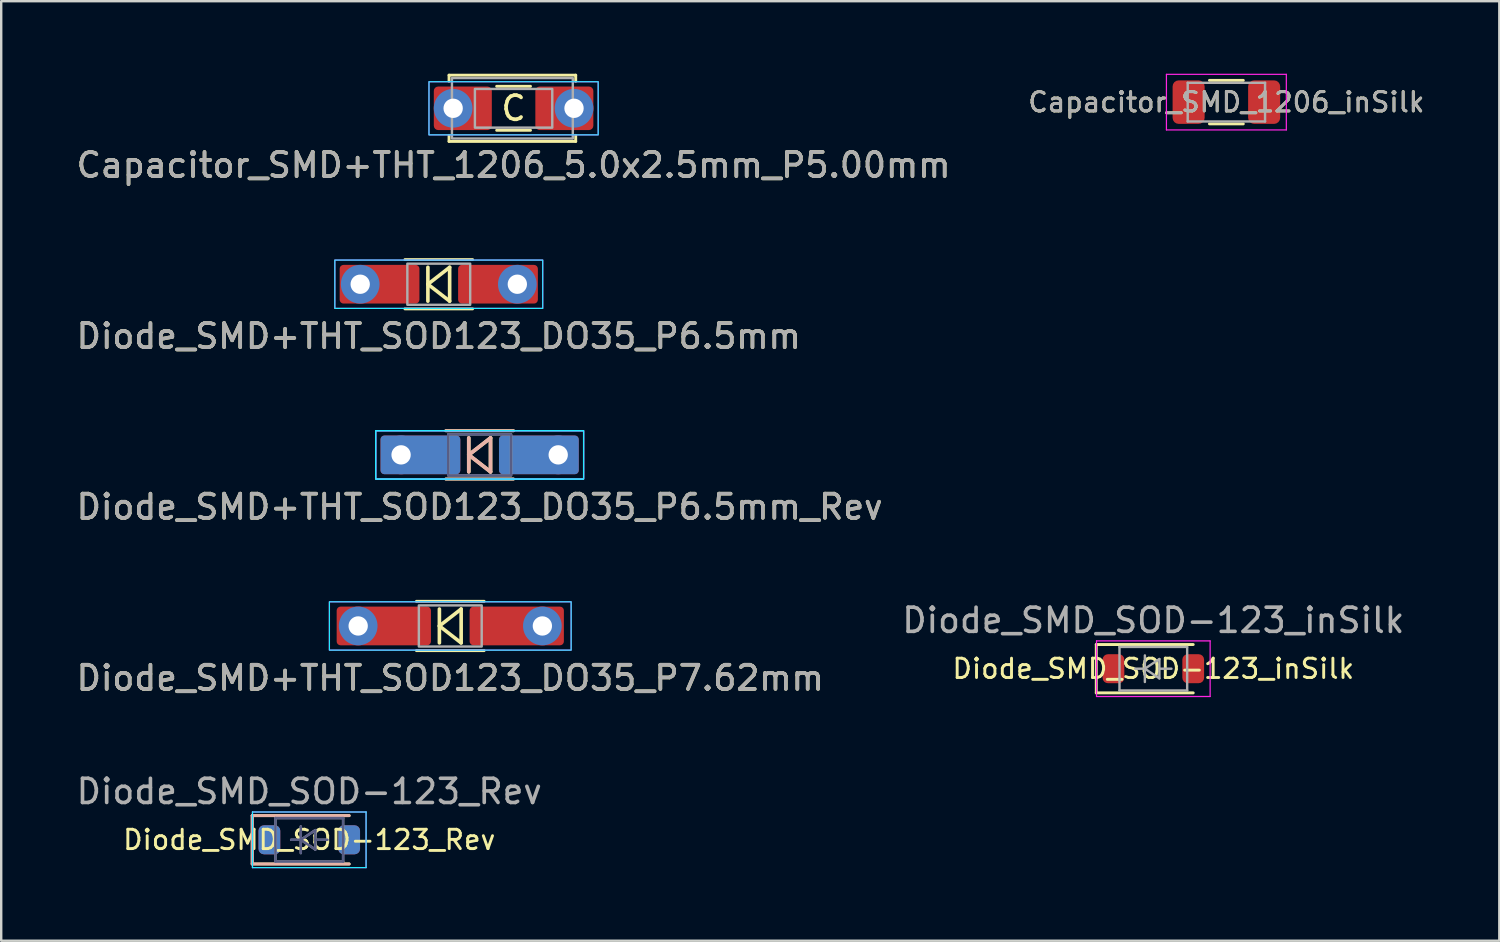
<source format=kicad_pcb>
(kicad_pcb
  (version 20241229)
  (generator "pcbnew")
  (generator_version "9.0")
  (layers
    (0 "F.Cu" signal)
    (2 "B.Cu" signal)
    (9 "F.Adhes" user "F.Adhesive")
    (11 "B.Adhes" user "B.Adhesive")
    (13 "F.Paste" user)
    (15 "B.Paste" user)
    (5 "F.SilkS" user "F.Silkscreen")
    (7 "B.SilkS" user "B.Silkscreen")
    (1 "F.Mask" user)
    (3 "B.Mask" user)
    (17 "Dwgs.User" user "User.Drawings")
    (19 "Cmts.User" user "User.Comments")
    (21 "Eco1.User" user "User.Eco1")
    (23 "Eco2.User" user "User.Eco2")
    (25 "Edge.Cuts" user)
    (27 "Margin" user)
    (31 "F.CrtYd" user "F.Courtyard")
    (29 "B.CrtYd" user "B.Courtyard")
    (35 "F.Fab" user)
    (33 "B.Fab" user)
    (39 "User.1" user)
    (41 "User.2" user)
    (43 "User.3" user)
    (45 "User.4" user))
  (footprint "Diode_SMD+THT_SOD123_DO35_P6.5mm"
    (layer "F.Cu")
    (at 15.101 8.708)
    (property "Reference" "Diode_SMD+THT_SOD123_DO35_P6.5mm" (at 0 2.15 0) (layer "F.SilkS") (effects (font (size 1 1) (thickness 0.15))))
    (attr smd)
    (fp_line (start -1.4 -1.02) (end 1.4 -1.02) (stroke (width 0.12) (type solid)) (layer "F.SilkS"))
    (fp_line (start -1.4 1.02) (end 1.4 1.02) (stroke (width 0.12) (type solid)) (layer "F.SilkS"))
    (fp_line (start -0.45 0) (end 0.45 0.7) (stroke (width 0.15) (type solid)) (layer "F.SilkS"))
    (fp_line (start -0.45 0.7) (end -0.45 -0.7) (stroke (width 0.15) (type solid)) (layer "F.SilkS"))
    (fp_line (start 0.45 -0.7) (end -0.45 0) (stroke (width 0.15) (type solid)) (layer "F.SilkS"))
    (fp_line (start 0.45 0.7) (end 0.45 -0.7) (stroke (width 0.15) (type solid)) (layer "F.SilkS"))
    (fp_rect (start -4.3 -1) (end 4.3 1) (stroke (width 0.05) (type default)) (fill no) (layer "B.CrtYd"))
    (fp_rect (start -4.3 -1) (end 4.3 1) (stroke (width 0.05) (type default)) (fill no) (layer "F.CrtYd"))
    (fp_rect (start -1.3 -0.85) (end 1.3 0.85) (stroke (width 0.1) (type default)) (fill no) (layer "F.Fab"))
    (fp_text user "${REFERENCE}" (at 0 2.15 0) (unlocked yes) (layer "F.Fab") (effects (font (size 1 1) (thickness 0.15))))
    (pad "1" thru_hole circle (at -3.25 0 180) (size 1.6 1.6) (drill 0.8) (layers "*.Cu" "*.Mask"))
    (pad "1" smd roundrect (at -3.25 0 180) (size 3.3 1.6) (drill (offset -0.8 0)) (layers "F.Cu" "F.Mask" "F.Paste") (roundrect_rratio 0.1))
    (pad "2" thru_hole circle (at 3.25 0 180) (size 1.6 1.6) (drill 0.8) (layers "*.Cu" "*.Mask"))
    (pad "2" smd roundrect (at 3.25 0) (size 3.3 1.6) (drill (offset -0.8 0)) (layers "F.Cu" "F.Mask" "F.Paste") (roundrect_rratio 0.1)))
  (footprint "Diode_SMD+THT_SOD123_DO35_P7.62mm"
    (layer "F.Cu")
    (at 15.577 22.845)
    (property "Reference" "Diode_SMD+THT_SOD123_DO35_P7.62mm" (at 0 2.15 0) (layer "F.SilkS") (effects (font (size 1 1) (thickness 0.15))))
    (attr smd)
    (fp_line (start -1.4 -1.02) (end 1.4 -1.02) (stroke (width 0.12) (type solid)) (layer "F.SilkS"))
    (fp_line (start -1.4 1.02) (end 1.4 1.02) (stroke (width 0.12) (type solid)) (layer "F.SilkS"))
    (fp_line (start -0.45 0) (end 0.45 0.7) (stroke (width 0.15) (type solid)) (layer "F.SilkS"))
    (fp_line (start -0.45 0.7) (end -0.45 -0.7) (stroke (width 0.15) (type solid)) (layer "F.SilkS"))
    (fp_line (start 0.45 -0.7) (end -0.45 0) (stroke (width 0.15) (type solid)) (layer "F.SilkS"))
    (fp_line (start 0.45 0.7) (end 0.45 -0.7) (stroke (width 0.15) (type solid)) (layer "F.SilkS"))
    (fp_rect (start -5 -1) (end 5 1) (stroke (width 0.05) (type default)) (fill no) (layer "B.CrtYd"))
    (fp_rect (start -5 -1) (end 5 1) (stroke (width 0.05) (type default)) (fill no) (layer "F.CrtYd"))
    (fp_rect (start -1.3 -0.85) (end 1.3 0.85) (stroke (width 0.1) (type default)) (fill no) (layer "F.Fab"))
    (fp_text user "${REFERENCE}" (at 0 2.15 0) (unlocked yes) (layer "F.Fab") (effects (font (size 1 1) (thickness 0.15))))
    (pad "1" thru_hole circle (at -3.81 0 180) (size 1.6 1.6) (drill 0.8) (layers "*.Cu" "*.Mask"))
    (pad "1" smd roundrect (at -3.81 0 180) (size 3.9 1.6) (drill (offset -1.06 0)) (layers "F.Cu" "F.Mask" "F.Paste") (roundrect_rratio 0.1))
    (pad "2" thru_hole circle (at 3.81 0 180) (size 1.6 1.6) (drill 0.8) (layers "*.Cu" "*.Mask"))
    (pad "2" smd roundrect (at 3.81 0) (size 3.9 1.6) (drill (offset -1.06 0)) (layers "F.Cu" "F.Mask" "F.Paste") (roundrect_rratio 0.1)))
  (footprint "Capacitor_SMD_1206_inSilk"
    (layer "F.Cu")
    (at 47.683 1.175)
    (property "Reference" "Capacitor_SMD_1206_inSilk" (at 0 0 0) (layer "F.SilkS") (effects (font (size 0.8 0.8) (thickness 0.12))))
    (attr smd)
    (fp_line (start -0.7 -0.9) (end 0.7 -0.9) (stroke (width 0.12) (type solid)) (layer "F.SilkS"))
    (fp_line (start -0.7 0.9) (end 0.7 0.9) (stroke (width 0.12) (type solid)) (layer "F.SilkS"))
    (fp_line (start -2.48 -1.15) (end 2.48 -1.15) (stroke (width 0.05) (type solid)) (layer "F.CrtYd"))
    (fp_line (start -2.48 1.15) (end -2.48 -1.15) (stroke (width 0.05) (type solid)) (layer "F.CrtYd"))
    (fp_line (start 2.48 -1.15) (end 2.48 1.15) (stroke (width 0.05) (type solid)) (layer "F.CrtYd"))
    (fp_line (start 2.48 1.15) (end -2.48 1.15) (stroke (width 0.05) (type solid)) (layer "F.CrtYd"))
    (fp_line (start -1.6 -0.8) (end 1.6 -0.8) (stroke (width 0.1) (type solid)) (layer "F.Fab"))
    (fp_line (start -1.6 0.8) (end -1.6 -0.8) (stroke (width 0.1) (type solid)) (layer "F.Fab"))
    (fp_line (start 1.6 -0.8) (end 1.6 0.8) (stroke (width 0.1) (type solid)) (layer "F.Fab"))
    (fp_line (start 1.6 0.8) (end -1.6 0.8) (stroke (width 0.1) (type solid)) (layer "F.Fab"))
    (fp_text user "${REFERENCE}" (at 0 0 0) (layer "F.Fab") (effects (font (size 0.8 0.8) (thickness 0.12))))
    (pad "1" smd roundrect (at -1.562 0) (size 1.325 1.8) (layers "F.Cu" "F.Mask" "F.Paste") (roundrect_rratio 0.189))
    (pad "2" smd roundrect (at 1.562 0) (size 1.325 1.8) (layers "F.Cu" "F.Mask" "F.Paste") (roundrect_rratio 0.189)))
  (footprint "Diode_SMD+THT_SOD123_DO35_P6.5mm_Rev"
    (layer "F.Cu")
    (at 16.792 15.767)
    (property "Reference" "Diode_SMD+THT_SOD123_DO35_P6.5mm_Rev" (at 0 2.15 0) (layer "F.SilkS") (effects (font (size 1 1) (thickness 0.15))))
    (attr smd)
    (fp_line (start -1.4 -1) (end 1.4 -1) (stroke (width 0.12) (type solid)) (layer "F.SilkS"))
    (fp_line (start -1.4 1) (end 1.4 1) (stroke (width 0.12) (type solid)) (layer "F.SilkS"))
    (fp_line (start -0.45 0) (end 0.45 0.7) (stroke (width 0.15) (type solid)) (layer "F.SilkS"))
    (fp_line (start -0.45 0.7) (end -0.45 -0.7) (stroke (width 0.15) (type solid)) (layer "F.SilkS"))
    (fp_line (start 0.45 -0.7) (end -0.45 0) (stroke (width 0.15) (type solid)) (layer "F.SilkS"))
    (fp_line (start 0.45 0.7) (end 0.45 -0.7) (stroke (width 0.15) (type solid)) (layer "F.SilkS"))
    (fp_line (start -1.4 -1) (end 1.4 -1) (stroke (width 0.12) (type solid)) (layer "B.SilkS"))
    (fp_line (start -1.4 1) (end 1.4 1) (stroke (width 0.12) (type solid)) (layer "B.SilkS"))
    (fp_line (start -0.45 -0.7) (end -0.45 0.7) (stroke (width 0.15) (type solid)) (layer "B.SilkS"))
    (fp_line (start -0.45 0) (end 0.45 -0.7) (stroke (width 0.15) (type solid)) (layer "B.SilkS"))
    (fp_line (start 0.45 -0.7) (end 0.45 0.7) (stroke (width 0.15) (type solid)) (layer "B.SilkS"))
    (fp_line (start 0.45 0.7) (end -0.45 0) (stroke (width 0.15) (type solid)) (layer "B.SilkS"))
    (fp_rect (start -4.3 -1) (end 4.3 1) (stroke (width 0.05) (type default)) (fill no) (layer "B.CrtYd"))
    (fp_rect (start -4.3 -1) (end 4.3 1) (stroke (width 0.05) (type default)) (fill no) (layer "B.CrtYd"))
    (fp_rect (start -4.3 -1) (end 4.3 1) (stroke (width 0.05) (type default)) (fill no) (layer "F.CrtYd"))
    (fp_rect (start -4.3 -1) (end 4.3 1) (stroke (width 0.05) (type default)) (fill no) (layer "F.CrtYd"))
    (fp_rect (start -1.3 -0.85) (end 1.3 0.85) (stroke (width 0.1) (type default)) (fill no) (layer "B.Fab"))
    (fp_rect (start -1.3 -0.85) (end 1.3 0.85) (stroke (width 0.1) (type default)) (fill no) (layer "F.Fab"))
    (fp_text user "${REFERENCE}" (at 0 2.15 0) (unlocked yes) (layer "F.Fab") (effects (font (size 1 1) (thickness 0.15))))
    (pad "1" thru_hole circle (at -3.25 0 180) (size 1.6 1.6) (drill 0.8) (layers "*.Cu" "*.Mask"))
    (pad "1" smd roundrect (at -3.25 0 180) (size 3.3 1.6) (drill (offset -0.8 0)) (layers "F.Cu" "F.Mask" "F.Paste") (roundrect_rratio 0.1))
    (pad "1" smd roundrect (at -3.25 0 180) (size 3.3 1.6) (drill (offset -0.8 0)) (layers "B.Cu" "B.Mask" "B.Paste") (roundrect_rratio 0.1))
    (pad "2" thru_hole circle (at 3.25 0 180) (size 1.6 1.6) (drill 0.8) (layers "*.Cu" "*.Mask"))
    (pad "2" smd roundrect (at 3.25 0) (size 3.3 1.6) (drill (offset -0.8 0)) (layers "F.Cu" "F.Mask" "F.Paste") (roundrect_rratio 0.1))
    (pad "2" smd roundrect (at 3.25 0) (size 3.3 1.6) (drill (offset -0.8 0)) (layers "B.Cu" "B.Mask" "B.Paste") (roundrect_rratio 0.1)))
  (footprint "Diode_SMD_SOD-123_Rev"
    (layer "F.Cu")
    (at 9.744 31.691)
    (property "Reference" "Diode_SMD_SOD-123_Rev" (at 0 0 0) (layer "F.SilkS") (effects (font (size 0.8 0.8) (thickness 0.12))))
    (attr smd)
    (fp_line (start -2.36 -1) (end -2.36 1) (stroke (width 0.12) (type solid)) (layer "F.SilkS"))
    (fp_line (start -2.36 -1) (end 1.65 -1) (stroke (width 0.12) (type solid)) (layer "F.SilkS"))
    (fp_line (start -2.36 1) (end 1.65 1) (stroke (width 0.12) (type solid)) (layer "F.SilkS"))
    (fp_line (start -2.36 -1) (end 1.65 -1) (stroke (width 0.12) (type solid)) (layer "B.SilkS"))
    (fp_line (start -2.36 1) (end -2.36 -1) (stroke (width 0.12) (type solid)) (layer "B.SilkS"))
    (fp_line (start -2.36 1) (end 1.65 1) (stroke (width 0.12) (type solid)) (layer "B.SilkS"))
    (fp_line (start -2.35 1.15) (end -2.35 -1.15) (stroke (width 0.05) (type solid)) (layer "B.CrtYd"))
    (fp_line (start -2.35 1.15) (end 2.35 1.15) (stroke (width 0.05) (type solid)) (layer "B.CrtYd"))
    (fp_line (start 2.35 -1.15) (end -2.35 -1.15) (stroke (width 0.05) (type solid)) (layer "B.CrtYd"))
    (fp_line (start 2.35 1.15) (end 2.35 -1.15) (stroke (width 0.05) (type solid)) (layer "B.CrtYd"))
    (fp_line (start -2.35 -1.15) (end -2.35 1.15) (stroke (width 0.05) (type solid)) (layer "F.CrtYd"))
    (fp_line (start -2.35 -1.15) (end 2.35 -1.15) (stroke (width 0.05) (type solid)) (layer "F.CrtYd"))
    (fp_line (start 2.35 -1.15) (end 2.35 1.15) (stroke (width 0.05) (type solid)) (layer "F.CrtYd"))
    (fp_line (start 2.35 1.15) (end -2.35 1.15) (stroke (width 0.05) (type solid)) (layer "F.CrtYd"))
    (fp_line (start -1.4 -0.9) (end -1.4 0.9) (stroke (width 0.1) (type solid)) (layer "B.Fab"))
    (fp_line (start -1.4 0.9) (end 1.4 0.9) (stroke (width 0.1) (type solid)) (layer "B.Fab"))
    (fp_line (start -0.75 0) (end -0.35 0) (stroke (width 0.1) (type solid)) (layer "B.Fab"))
    (fp_line (start -0.35 0) (end -0.35 -0.55) (stroke (width 0.1) (type solid)) (layer "B.Fab"))
    (fp_line (start -0.35 0) (end -0.35 0.55) (stroke (width 0.1) (type solid)) (layer "B.Fab"))
    (fp_line (start -0.35 0) (end 0.25 0.4) (stroke (width 0.1) (type solid)) (layer "B.Fab"))
    (fp_line (start 0.25 -0.4) (end -0.35 0) (stroke (width 0.1) (type solid)) (layer "B.Fab"))
    (fp_line (start 0.25 0) (end 0.75 0) (stroke (width 0.1) (type solid)) (layer "B.Fab"))
    (fp_line (start 0.25 0.4) (end 0.25 -0.4) (stroke (width 0.1) (type solid)) (layer "B.Fab"))
    (fp_line (start 1.4 -0.9) (end -1.4 -0.9) (stroke (width 0.1) (type solid)) (layer "B.Fab"))
    (fp_line (start 1.4 0.9) (end 1.4 -0.9) (stroke (width 0.1) (type solid)) (layer "B.Fab"))
    (fp_line (start -1.4 -0.9) (end 1.4 -0.9) (stroke (width 0.1) (type solid)) (layer "F.Fab"))
    (fp_line (start -1.4 0.9) (end -1.4 -0.9) (stroke (width 0.1) (type solid)) (layer "F.Fab"))
    (fp_line (start -0.75 0) (end -0.35 0) (stroke (width 0.1) (type solid)) (layer "F.Fab"))
    (fp_line (start -0.35 0) (end -0.35 -0.55) (stroke (width 0.1) (type solid)) (layer "F.Fab"))
    (fp_line (start -0.35 0) (end -0.35 0.55) (stroke (width 0.1) (type solid)) (layer "F.Fab"))
    (fp_line (start -0.35 0) (end 0.25 -0.4) (stroke (width 0.1) (type solid)) (layer "F.Fab"))
    (fp_line (start 0.25 -0.4) (end 0.25 0.4) (stroke (width 0.1) (type solid)) (layer "F.Fab"))
    (fp_line (start 0.25 0) (end 0.75 0) (stroke (width 0.1) (type solid)) (layer "F.Fab"))
    (fp_line (start 0.25 0.4) (end -0.35 0) (stroke (width 0.1) (type solid)) (layer "F.Fab"))
    (fp_line (start 1.4 -0.9) (end 1.4 0.9) (stroke (width 0.1) (type solid)) (layer "F.Fab"))
    (fp_line (start 1.4 0.9) (end -1.4 0.9) (stroke (width 0.1) (type solid)) (layer "F.Fab"))
    (fp_text user "${REFERENCE}" (at 0 -2 0) (layer "F.Fab") (effects (font (size 1 1) (thickness 0.15))))
    (pad "1" smd roundrect (at -1.65 0) (size 0.9 1.2) (layers "F.Cu" "F.Mask" "F.Paste") (roundrect_rratio 0.25))
    (pad "1" smd roundrect (at -1.65 0) (size 0.9 1.2) (layers "B.Cu" "B.Mask" "B.Paste") (roundrect_rratio 0.25))
    (pad "2" smd roundrect (at 1.65 0) (size 0.9 1.2) (layers "F.Cu" "F.Mask" "F.Paste") (roundrect_rratio 0.25))
    (pad "2" smd roundrect (at 1.65 0) (size 0.9 1.2) (layers "B.Cu" "B.Mask" "B.Paste") (roundrect_rratio 0.25)))
  (footprint "Capacitor_SMD+THT_1206_5.0x2.5mm_P5.00mm"
    (layer "F.Cu")
    (at 18.196 1.43)
    (property "Reference" "Capacitor_SMD+THT_1206_5.0x2.5mm_P5.00mm" (at 0 2.35 0) (layer "F.SilkS") (effects (font (size 1 1) (thickness 0.15))))
    (attr smd)
    (fp_line (start -2.67 -1.37) (end -2.67 -1.12) (stroke (width 0.12) (type solid)) (layer "F.SilkS"))
    (fp_line (start -2.67 -1.37) (end 2.57 -1.37) (stroke (width 0.12) (type solid)) (layer "F.SilkS"))
    (fp_line (start -2.67 1.12) (end -2.67 1.37) (stroke (width 0.12) (type solid)) (layer "F.SilkS"))
    (fp_line (start -2.67 1.37) (end 2.57 1.37) (stroke (width 0.12) (type solid)) (layer "F.SilkS"))
    (fp_line (start -0.7 -0.91) (end 0.7 -0.91) (stroke (width 0.12) (type solid)) (layer "F.SilkS"))
    (fp_line (start -0.7 0.91) (end 0.7 0.91) (stroke (width 0.12) (type solid)) (layer "F.SilkS"))
    (fp_line (start 2.57 -1.37) (end 2.57 -1.12) (stroke (width 0.12) (type solid)) (layer "F.SilkS"))
    (fp_line (start 2.57 1.12) (end 2.57 1.37) (stroke (width 0.12) (type solid)) (layer "F.SilkS"))
    (fp_rect (start -3.5 -1.1) (end 3.5 1.1) (stroke (width 0.05) (type default)) (fill no) (layer "B.CrtYd"))
    (fp_rect (start -3.5 -1.1) (end 3.5 1.1) (stroke (width 0.05) (type default)) (fill no) (layer "F.CrtYd"))
    (fp_rect (start -2.55 -1.25) (end 2.45 1.25) (stroke (width 0.1) (type default)) (fill no) (layer "F.Fab"))
    (fp_rect (start -1.6 -0.8) (end 1.6 0.8) (stroke (width 0.1) (type default)) (fill no) (layer "F.Fab"))
    (fp_text user "C" (at 0 0 0) (layer "F.SilkS") (effects (font (size 1 1) (thickness 0.15))))
    (fp_text user "${REFERENCE}" (at 0 2.35 0) (layer "F.Fab") (effects (font (size 1 1) (thickness 0.15))))
    (pad "1" thru_hole circle (at -2.5 0) (size 1.6 1.6) (drill 0.8) (layers "*.Cu" "B.Mask"))
    (pad "1" smd roundrect (at -2.5 0) (size 2.4 1.8) (drill (offset 0.4 0)) (layers "F.Cu" "F.Mask" "F.Paste") (roundrect_rratio 0.1))
    (pad "2" thru_hole circle (at 2.5 0) (size 1.6 1.6) (drill 0.8) (layers "*.Cu" "B.Mask"))
    (pad "2" smd roundrect (at 2.5 0) (size 2.4 1.8) (drill (offset -0.4 0)) (layers "F.Cu" "F.Mask" "F.Paste") (roundrect_rratio 0.1)))
  (footprint "Diode_SMD_SOD-123_inSilk"
    (layer "F.Cu")
    (at 44.661 24.613)
    (property "Reference" "Diode_SMD_SOD-123_inSilk" (at 0 0 0) (layer "F.SilkS") (effects (font (size 0.8 0.8) (thickness 0.12))))
    (attr smd)
    (fp_line (start -2.36 -1) (end -2.36 1) (stroke (width 0.12) (type solid)) (layer "F.SilkS"))
    (fp_line (start -2.36 -1) (end 1.65 -1) (stroke (width 0.12) (type solid)) (layer "F.SilkS"))
    (fp_line (start -2.36 1) (end 1.65 1) (stroke (width 0.12) (type solid)) (layer "F.SilkS"))
    (fp_line (start -2.35 -1.15) (end -2.35 1.15) (stroke (width 0.05) (type solid)) (layer "F.CrtYd"))
    (fp_line (start -2.35 -1.15) (end 2.35 -1.15) (stroke (width 0.05) (type solid)) (layer "F.CrtYd"))
    (fp_line (start 2.35 -1.15) (end 2.35 1.15) (stroke (width 0.05) (type solid)) (layer "F.CrtYd"))
    (fp_line (start 2.35 1.15) (end -2.35 1.15) (stroke (width 0.05) (type solid)) (layer "F.CrtYd"))
    (fp_line (start -1.4 -0.9) (end 1.4 -0.9) (stroke (width 0.1) (type solid)) (layer "F.Fab"))
    (fp_line (start -1.4 0.9) (end -1.4 -0.9) (stroke (width 0.1) (type solid)) (layer "F.Fab"))
    (fp_line (start -0.75 0) (end -0.35 0) (stroke (width 0.1) (type solid)) (layer "F.Fab"))
    (fp_line (start -0.35 0) (end -0.35 -0.55) (stroke (width 0.1) (type solid)) (layer "F.Fab"))
    (fp_line (start -0.35 0) (end -0.35 0.55) (stroke (width 0.1) (type solid)) (layer "F.Fab"))
    (fp_line (start -0.35 0) (end 0.25 -0.4) (stroke (width 0.1) (type solid)) (layer "F.Fab"))
    (fp_line (start 0.25 -0.4) (end 0.25 0.4) (stroke (width 0.1) (type solid)) (layer "F.Fab"))
    (fp_line (start 0.25 0) (end 0.75 0) (stroke (width 0.1) (type solid)) (layer "F.Fab"))
    (fp_line (start 0.25 0.4) (end -0.35 0) (stroke (width 0.1) (type solid)) (layer "F.Fab"))
    (fp_line (start 1.4 -0.9) (end 1.4 0.9) (stroke (width 0.1) (type solid)) (layer "F.Fab"))
    (fp_line (start 1.4 0.9) (end -1.4 0.9) (stroke (width 0.1) (type solid)) (layer "F.Fab"))
    (fp_text user "${REFERENCE}" (at 0 -2 0) (layer "F.Fab") (effects (font (size 1 1) (thickness 0.15))))
    (pad "1" smd roundrect (at -1.65 0) (size 0.9 1.2) (layers "F.Cu" "F.Mask" "F.Paste") (roundrect_rratio 0.25))
    (pad "2" smd roundrect (at 1.65 0) (size 0.9 1.2) (layers "F.Cu" "F.Mask" "F.Paste") (roundrect_rratio 0.25)))
  (gr_rect
    (start -3 -3)
    (end 58.974 35.866)
    (stroke (width 0.1) (type default))
    (fill no)
    (layer "Edge.Cuts")))
</source>
